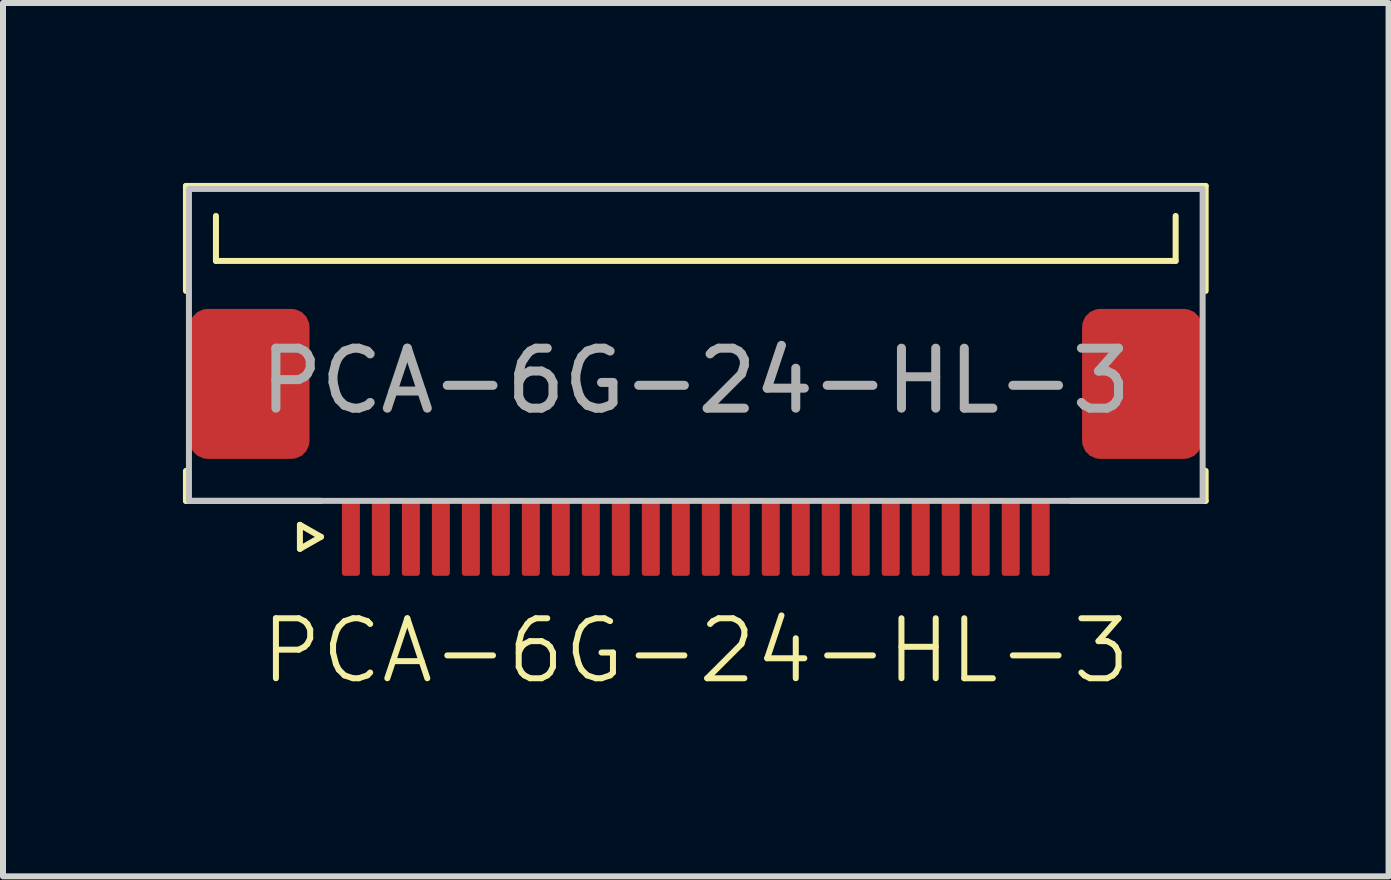
<source format=kicad_pcb>
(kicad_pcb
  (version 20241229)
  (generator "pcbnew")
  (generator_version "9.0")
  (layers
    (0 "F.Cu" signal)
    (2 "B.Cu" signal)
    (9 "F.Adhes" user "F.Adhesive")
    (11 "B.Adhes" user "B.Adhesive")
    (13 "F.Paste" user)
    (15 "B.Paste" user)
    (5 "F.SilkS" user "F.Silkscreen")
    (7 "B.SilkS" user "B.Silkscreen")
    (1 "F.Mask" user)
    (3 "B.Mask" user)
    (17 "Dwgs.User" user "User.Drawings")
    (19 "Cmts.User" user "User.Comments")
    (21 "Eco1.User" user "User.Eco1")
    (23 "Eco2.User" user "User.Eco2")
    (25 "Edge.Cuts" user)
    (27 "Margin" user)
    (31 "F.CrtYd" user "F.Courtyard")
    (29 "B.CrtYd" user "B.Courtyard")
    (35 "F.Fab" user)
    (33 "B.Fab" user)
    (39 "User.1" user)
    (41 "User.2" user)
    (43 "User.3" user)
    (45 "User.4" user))
  (footprint "PCA-6G-24-HL-3"
    (layer "F.Cu")
    (at 8.55 5.3)
    (property "Reference" "PCA-6G-24-HL-3" (at 0 2.5 0) (unlocked yes) (layer "F.SilkS") (effects (font (size 1 1) (thickness 0.1))))
    (attr smd)
    (fp_line (start -8.5 -5.25) (end -8.5 -3.5) (stroke (width 0.1) (type default)) (layer "F.SilkS"))
    (fp_line (start -8.5 0) (end -8.5 -0.5) (stroke (width 0.1) (type default)) (layer "F.SilkS"))
    (fp_line (start -8.5 0) (end -6.25 0) (stroke (width 0.1) (type default)) (layer "F.SilkS"))
    (fp_line (start -8 -4.75) (end -8 -4) (stroke (width 0.1) (type default)) (layer "F.SilkS"))
    (fp_line (start -8 -4) (end 8 -4) (stroke (width 0.1) (type default)) (layer "F.SilkS"))
    (fp_line (start -6.6 0.4) (end -6.6 0.8) (stroke (width 0.1) (type default)) (layer "F.SilkS"))
    (fp_line (start -6.6 0.8) (end -6.25 0.6) (stroke (width 0.1) (type default)) (layer "F.SilkS"))
    (fp_line (start -6.25 0.6) (end -6.6 0.4) (stroke (width 0.1) (type default)) (layer "F.SilkS"))
    (fp_line (start 8 -4) (end 8 -4.75) (stroke (width 0.1) (type default)) (layer "F.SilkS"))
    (fp_line (start 8.5 -5.25) (end -8.5 -5.25) (stroke (width 0.1) (type default)) (layer "F.SilkS"))
    (fp_line (start 8.5 -3.5) (end 8.5 -5.25) (stroke (width 0.1) (type default)) (layer "F.SilkS"))
    (fp_line (start 8.5 0) (end 6.25 0) (stroke (width 0.1) (type default)) (layer "F.SilkS"))
    (fp_line (start 8.5 0) (end 8.5 -0.5) (stroke (width 0.1) (type default)) (layer "F.SilkS"))
    (fp_rect (start -8.45 -5.2) (end 8.45 0) (stroke (width 0.1) (type solid)) (fill no) (layer "Dwgs.User"))
    (fp_text user "${REFERENCE}" (at 0 -2 0) (unlocked yes) (layer "F.Fab") (effects (font (size 1 1) (thickness 0.15))))
    (pad "1" smd roundrect (at -5.75 0.625) (size 0.3 1.25) (layers "F.Cu" "F.Mask" "F.Paste") (roundrect_rratio 0.15))
    (pad "2" smd roundrect (at -5.25 0.625) (size 0.3 1.25) (layers "F.Cu" "F.Mask" "F.Paste") (roundrect_rratio 0.15))
    (pad "3" smd roundrect (at -4.75 0.625) (size 0.3 1.25) (layers "F.Cu" "F.Mask" "F.Paste") (roundrect_rratio 0.15))
    (pad "4" smd roundrect (at -4.25 0.625) (size 0.3 1.25) (layers "F.Cu" "F.Mask" "F.Paste") (roundrect_rratio 0.15))
    (pad "5" smd roundrect (at -3.75 0.625) (size 0.3 1.25) (layers "F.Cu" "F.Mask" "F.Paste") (roundrect_rratio 0.15))
    (pad "6" smd roundrect (at -3.25 0.625) (size 0.3 1.25) (layers "F.Cu" "F.Mask" "F.Paste") (roundrect_rratio 0.15))
    (pad "7" smd roundrect (at -2.75 0.625) (size 0.3 1.25) (layers "F.Cu" "F.Mask" "F.Paste") (roundrect_rratio 0.15))
    (pad "8" smd roundrect (at -2.25 0.625) (size 0.3 1.25) (layers "F.Cu" "F.Mask" "F.Paste") (roundrect_rratio 0.15))
    (pad "9" smd roundrect (at -1.75 0.625) (size 0.3 1.25) (layers "F.Cu" "F.Mask" "F.Paste") (roundrect_rratio 0.15))
    (pad "10" smd roundrect (at -1.25 0.625) (size 0.3 1.25) (layers "F.Cu" "F.Mask" "F.Paste") (roundrect_rratio 0.15))
    (pad "11" smd roundrect (at -0.75 0.625) (size 0.3 1.25) (layers "F.Cu" "F.Mask" "F.Paste") (roundrect_rratio 0.15))
    (pad "12" smd roundrect (at -0.25 0.625) (size 0.3 1.25) (layers "F.Cu" "F.Mask" "F.Paste") (roundrect_rratio 0.15))
    (pad "13" smd roundrect (at 0.25 0.625) (size 0.3 1.25) (layers "F.Cu" "F.Mask" "F.Paste") (roundrect_rratio 0.15))
    (pad "14" smd roundrect (at 0.75 0.625) (size 0.3 1.25) (layers "F.Cu" "F.Mask" "F.Paste") (roundrect_rratio 0.15))
    (pad "15" smd roundrect (at 1.25 0.625) (size 0.3 1.25) (layers "F.Cu" "F.Mask" "F.Paste") (roundrect_rratio 0.15))
    (pad "16" smd roundrect (at 1.75 0.625) (size 0.3 1.25) (layers "F.Cu" "F.Mask" "F.Paste") (roundrect_rratio 0.15))
    (pad "17" smd roundrect (at 2.25 0.625) (size 0.3 1.25) (layers "F.Cu" "F.Mask" "F.Paste") (roundrect_rratio 0.15))
    (pad "18" smd roundrect (at 2.75 0.625) (size 0.3 1.25) (layers "F.Cu" "F.Mask" "F.Paste") (roundrect_rratio 0.15))
    (pad "19" smd roundrect (at 3.25 0.625) (size 0.3 1.25) (layers "F.Cu" "F.Mask" "F.Paste") (roundrect_rratio 0.15))
    (pad "20" smd roundrect (at 3.75 0.625) (size 0.3 1.25) (layers "F.Cu" "F.Mask" "F.Paste") (roundrect_rratio 0.15))
    (pad "21" smd roundrect (at 4.25 0.625) (size 0.3 1.25) (layers "F.Cu" "F.Mask" "F.Paste") (roundrect_rratio 0.15))
    (pad "22" smd roundrect (at 4.75 0.625) (size 0.3 1.25) (layers "F.Cu" "F.Mask" "F.Paste") (roundrect_rratio 0.15))
    (pad "23" smd roundrect (at 5.25 0.625) (size 0.3 1.25) (layers "F.Cu" "F.Mask" "F.Paste") (roundrect_rratio 0.15))
    (pad "24" smd roundrect (at 5.75 0.625) (size 0.3 1.25) (layers "F.Cu" "F.Mask" "F.Paste") (roundrect_rratio 0.15))
    (pad "MP" smd roundrect (at -7.44 -1.95) (size 2 2.5) (layers "F.Cu" "F.Mask" "F.Paste") (roundrect_rratio 0.15))
    (pad "MP" smd roundrect (at 7.44 -1.95) (size 2 2.5) (layers "F.Cu" "F.Mask" "F.Paste") (roundrect_rratio 0.15)))
  (gr_rect
    (start -3 -3)
    (end 20.1 11.56)
    (stroke (width 0.1) (type default))
    (fill no)
    (layer "Edge.Cuts")))
</source>
